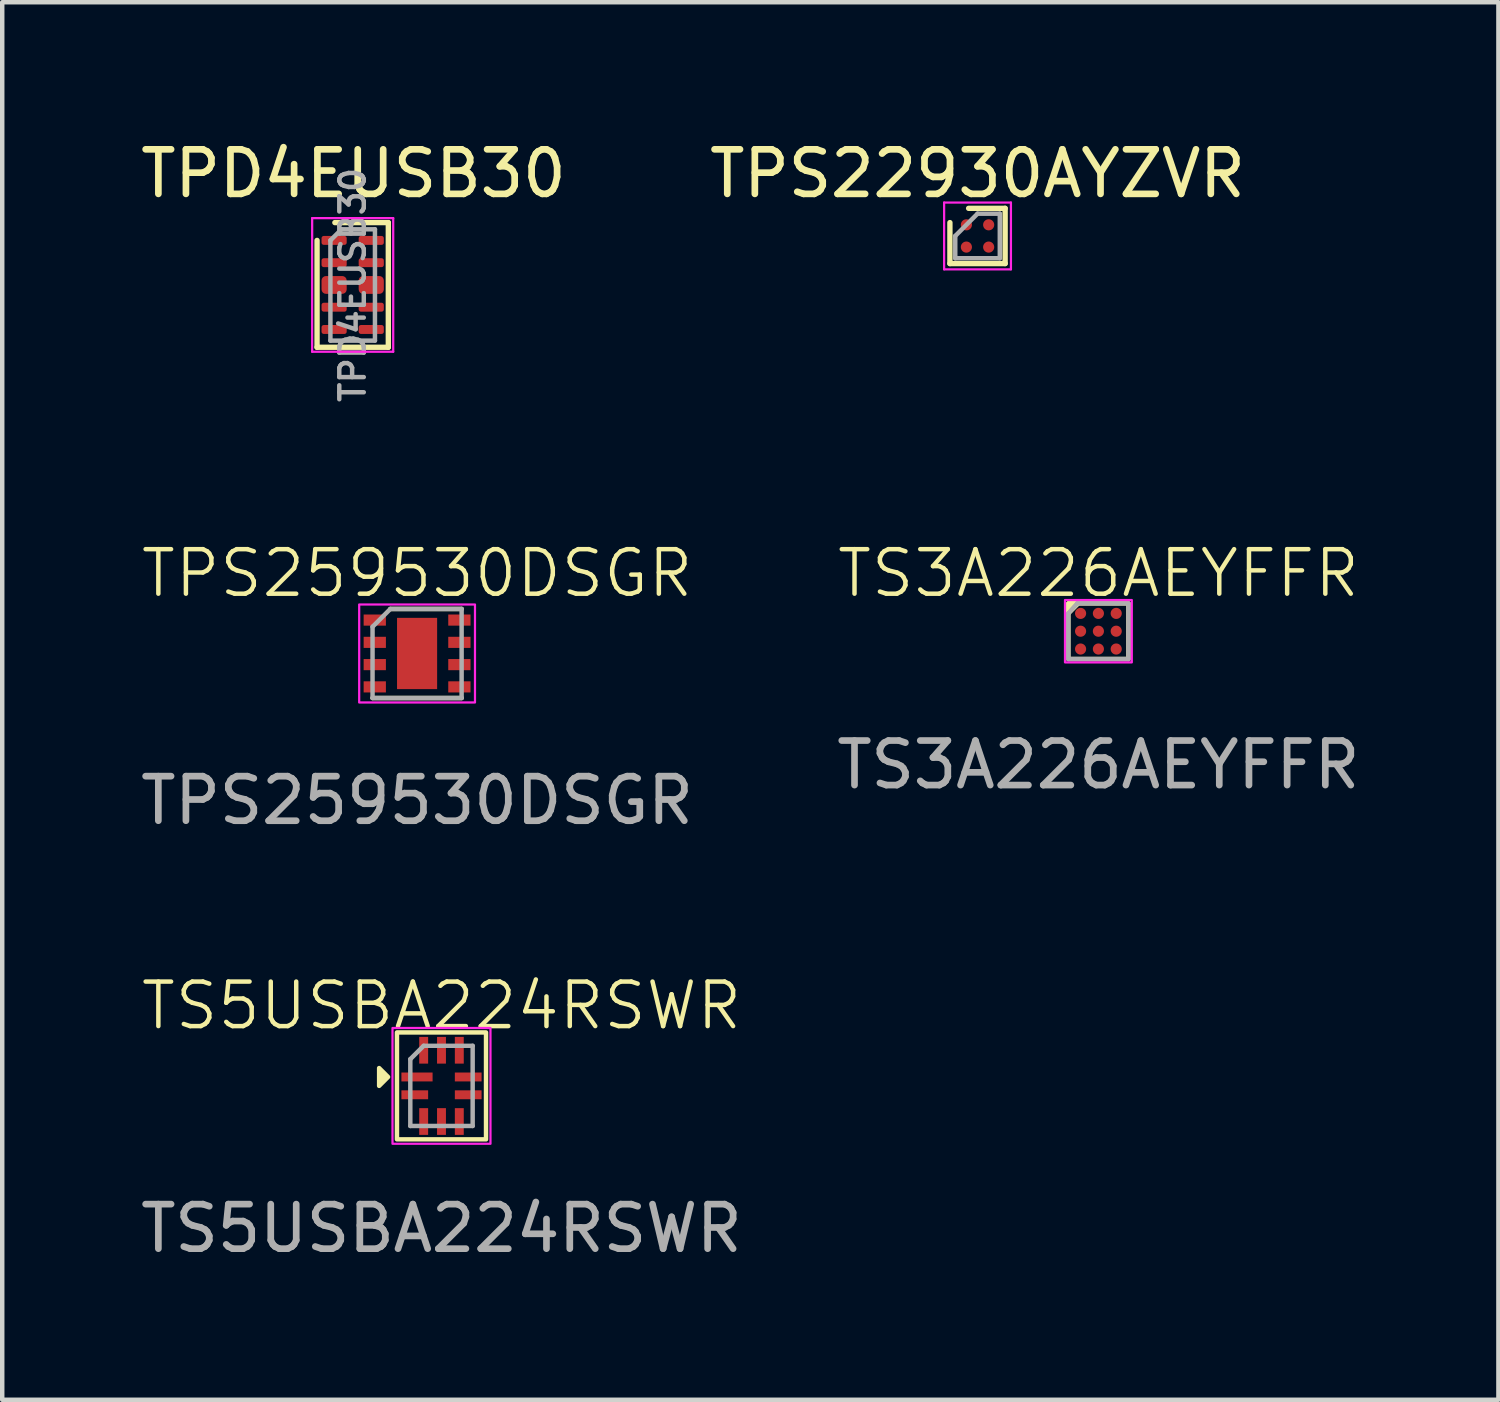
<source format=kicad_pcb>
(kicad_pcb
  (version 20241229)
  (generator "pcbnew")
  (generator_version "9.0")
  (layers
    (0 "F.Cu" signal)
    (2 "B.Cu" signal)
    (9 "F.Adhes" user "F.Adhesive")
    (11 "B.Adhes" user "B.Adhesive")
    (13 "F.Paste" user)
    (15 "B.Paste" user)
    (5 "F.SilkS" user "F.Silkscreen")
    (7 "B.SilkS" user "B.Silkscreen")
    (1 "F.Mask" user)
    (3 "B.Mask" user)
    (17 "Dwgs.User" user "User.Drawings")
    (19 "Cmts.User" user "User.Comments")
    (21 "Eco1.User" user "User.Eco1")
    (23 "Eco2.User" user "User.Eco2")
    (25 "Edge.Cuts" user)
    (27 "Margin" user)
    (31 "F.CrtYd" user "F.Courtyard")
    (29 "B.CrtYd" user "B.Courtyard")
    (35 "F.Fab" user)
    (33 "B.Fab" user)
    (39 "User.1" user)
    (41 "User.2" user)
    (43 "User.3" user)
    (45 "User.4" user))
  (footprint "TPS22930AYZVR"
    (layer "F.Cu")
    (at 18.899 2.248)
    (property "Reference" "TPS22930AYZVR" (at 0 -1.4 0) (layer "F.SilkS") (effects (font (size 1 1) (thickness 0.15))))
    (attr smd)
    (fp_line (start -0.62 0.62) (end -0.62 -0.3) (stroke (width 0.12) (type solid)) (layer "F.SilkS"))
    (fp_line (start -0.2 -0.62) (end 0.62 -0.62) (stroke (width 0.12) (type solid)) (layer "F.SilkS"))
    (fp_line (start 0.62 -0.62) (end 0.62 0.62) (stroke (width 0.12) (type solid)) (layer "F.SilkS"))
    (fp_line (start 0.62 0.62) (end -0.62 0.62) (stroke (width 0.12) (type solid)) (layer "F.SilkS"))
    (fp_line (start -0.75 -0.75) (end 0.75 -0.75) (stroke (width 0.05) (type solid)) (layer "F.CrtYd"))
    (fp_line (start -0.75 0.75) (end -0.75 -0.75) (stroke (width 0.05) (type solid)) (layer "F.CrtYd"))
    (fp_line (start 0.75 -0.75) (end 0.75 0.75) (stroke (width 0.05) (type solid)) (layer "F.CrtYd"))
    (fp_line (start 0.75 0.75) (end -0.75 0.75) (stroke (width 0.05) (type solid)) (layer "F.CrtYd"))
    (fp_line (start -0.5 0) (end -0.5 0.5) (stroke (width 0.1) (type solid)) (layer "F.Fab"))
    (fp_line (start -0.5 0.5) (end 0.5 0.5) (stroke (width 0.1) (type solid)) (layer "F.Fab"))
    (fp_line (start 0 -0.5) (end -0.5 0) (stroke (width 0.1) (type solid)) (layer "F.Fab"))
    (fp_line (start 0.5 -0.5) (end 0 -0.5) (stroke (width 0.1) (type solid)) (layer "F.Fab"))
    (fp_line (start 0.5 0.5) (end 0.5 -0.5) (stroke (width 0.1) (type solid)) (layer "F.Fab"))
    (pad "A1" smd circle (at -0.25 -0.25) (size 0.25 0.25) (layers "F.Cu" "F.Mask" "F.Paste"))
    (pad "A2" smd circle (at 0.25 -0.25) (size 0.25 0.25) (layers "F.Cu" "F.Mask" "F.Paste"))
    (pad "B1" smd circle (at -0.25 0.25) (size 0.25 0.25) (layers "F.Cu" "F.Mask" "F.Paste"))
    (pad "B2" smd circle (at 0.25 0.25) (size 0.25 0.25) (layers "F.Cu" "F.Mask" "F.Paste")))
  (footprint "TPS259530DSGR"
    (layer "F.Cu")
    (at 6.315 11.623)
    (property "Reference" "TPS259530DSGR" (at 0 -1.8 0) (unlocked yes) (layer "F.SilkS") (effects (font (size 1 1) (thickness 0.1))))
    (attr smd)
    (fp_line (start 1 -1) (end -0.6 -1) (stroke (width 0.1) (type default)) (layer "F.SilkS"))
    (fp_line (start 1 1) (end -1 1) (stroke (width 0.1) (type default)) (layer "F.SilkS"))
    (fp_rect (start -1.3 -1.1) (end 1.3 1.1) (stroke (width 0.05) (type default)) (fill no) (layer "F.CrtYd"))
    (fp_line (start -1 -0.6) (end -1 1) (stroke (width 0.1) (type default)) (layer "F.Fab"))
    (fp_line (start -1 1) (end 1 1) (stroke (width 0.1) (type default)) (layer "F.Fab"))
    (fp_line (start -0.6 -1) (end -1 -0.6) (stroke (width 0.1) (type default)) (layer "F.Fab"))
    (fp_line (start 1 -1) (end -0.6 -1) (stroke (width 0.1) (type default)) (layer "F.Fab"))
    (fp_line (start 1 1) (end 1 -1) (stroke (width 0.1) (type default)) (layer "F.Fab"))
    (fp_text user "${REFERENCE}" (at 0 3.3 0) (unlocked yes) (layer "F.Fab") (effects (font (size 1 1) (thickness 0.15))))
    (pad "1" smd rect (at -0.95 -0.75 90) (size 0.25 0.5) (layers "F.Cu" "F.Mask" "F.Paste"))
    (pad "2" smd rect (at -0.95 -0.25 90) (size 0.25 0.5) (layers "F.Cu" "F.Mask" "F.Paste"))
    (pad "3" smd rect (at -0.95 0.25 90) (size 0.25 0.5) (layers "F.Cu" "F.Mask" "F.Paste"))
    (pad "4" smd rect (at -0.95 0.75 90) (size 0.25 0.5) (layers "F.Cu" "F.Mask" "F.Paste"))
    (pad "5" smd rect (at 0.95 0.75 90) (size 0.25 0.5) (layers "F.Cu" "F.Mask" "F.Paste"))
    (pad "6" smd rect (at 0.95 0.25 90) (size 0.25 0.5) (layers "F.Cu" "F.Mask" "F.Paste"))
    (pad "7" smd rect (at 0.95 -0.25 90) (size 0.25 0.5) (layers "F.Cu" "F.Mask" "F.Paste"))
    (pad "8" smd rect (at 0.95 -0.75 90) (size 0.25 0.5) (layers "F.Cu" "F.Mask" "F.Paste"))
    (pad "EP" smd rect (at 0 0 90) (size 1.6 0.9) (layers "F.Cu" "F.Mask" "F.Paste")))
  (footprint "TS3A226AEYFFR"
    (layer "F.Cu")
    (at 21.613 11.123)
    (property "Reference" "TS3A226AEYFFR" (at 0 -1.3 0) (unlocked yes) (layer "F.SilkS") (effects (font (size 1 1) (thickness 0.1))))
    (attr smd)
    (fp_rect (start -0.675 -0.625) (end 0.675 0.625) (stroke (width 0.1) (type default)) (fill no) (layer "F.SilkS"))
    (fp_poly (pts (xy -0.675 -0.625) (xy -0.45 -0.625) (xy -0.675 -0.4)) (stroke (width 0.1) (type solid)) (fill yes) (layer "F.SilkS"))
    (fp_rect (start -0.75 -0.7) (end 0.75 0.7) (stroke (width 0.05) (type default)) (fill no) (layer "F.CrtYd"))
    (fp_line (start -0.675 -0.4) (end -0.475 -0.625) (stroke (width 0.1) (type default)) (layer "F.Fab"))
    (fp_line (start -0.675 0.625) (end -0.675 -0.4) (stroke (width 0.1) (type default)) (layer "F.Fab"))
    (fp_line (start -0.475 -0.625) (end 0.675 -0.625) (stroke (width 0.1) (type default)) (layer "F.Fab"))
    (fp_line (start 0.675 -0.625) (end 0.675 0.625) (stroke (width 0.1) (type default)) (layer "F.Fab"))
    (fp_line (start 0.675 0.625) (end -0.675 0.625) (stroke (width 0.1) (type default)) (layer "F.Fab"))
    (fp_text user "${REFERENCE}" (at 0 3 0) (unlocked yes) (layer "F.Fab") (effects (font (size 1 1) (thickness 0.15))))
    (pad "A1" smd circle (at -0.4 -0.4 90) (size 0.25 0.25) (layers "F.Cu" "F.Mask" "F.Paste"))
    (pad "A2" smd circle (at 0 -0.4 90) (size 0.25 0.25) (layers "F.Cu" "F.Mask" "F.Paste"))
    (pad "A3" smd circle (at 0.4 -0.4 90) (size 0.25 0.25) (layers "F.Cu" "F.Mask" "F.Paste"))
    (pad "B1" smd circle (at -0.4 0 90) (size 0.25 0.25) (layers "F.Cu" "F.Mask" "F.Paste"))
    (pad "B2" smd circle (at 0 0 90) (size 0.25 0.25) (layers "F.Cu" "F.Mask" "F.Paste"))
    (pad "B3" smd circle (at 0.4 0 90) (size 0.25 0.25) (layers "F.Cu" "F.Mask" "F.Paste"))
    (pad "C1" smd circle (at -0.4 0.4 90) (size 0.25 0.25) (layers "F.Cu" "F.Mask" "F.Paste"))
    (pad "C2" smd circle (at 0 0.4 90) (size 0.25 0.25) (layers "F.Cu" "F.Mask" "F.Paste"))
    (pad "C3" smd circle (at 0.4 0.4 90) (size 0.25 0.25) (layers "F.Cu" "F.Mask" "F.Paste")))
  (footprint "TPD4EUSB30"
    (layer "F.Cu")
    (at 4.869 3.348)
    (property "Reference" "TPD4EUSB30" (at 0.018 -2.5 0) (layer "F.SilkS") (effects (font (size 1 1) (thickness 0.15))))
    (attr smd)
    (fp_line (start -0.8 -1) (end -0.8 1.4) (stroke (width 0.12) (type solid)) (layer "F.SilkS"))
    (fp_line (start -0.8 1.4) (end 0.8 1.4) (stroke (width 0.12) (type solid)) (layer "F.SilkS"))
    (fp_line (start 0.8 -1.4) (end -0.4 -1.4) (stroke (width 0.12) (type solid)) (layer "F.SilkS"))
    (fp_line (start 0.8 1.4) (end 0.8 -1.4) (stroke (width 0.12) (type solid)) (layer "F.SilkS"))
    (fp_line (start -0.91 -1.5) (end 0.91 -1.5) (stroke (width 0.05) (type solid)) (layer "F.CrtYd"))
    (fp_line (start -0.91 1.5) (end -0.91 -1.5) (stroke (width 0.05) (type solid)) (layer "F.CrtYd"))
    (fp_line (start 0.91 -1.5) (end 0.91 1.5) (stroke (width 0.05) (type solid)) (layer "F.CrtYd"))
    (fp_line (start 0.91 1.5) (end -0.91 1.5) (stroke (width 0.05) (type solid)) (layer "F.CrtYd"))
    (fp_line (start -0.5 -1) (end -0.5 1.25) (stroke (width 0.1) (type solid)) (layer "F.Fab"))
    (fp_line (start -0.5 1.25) (end 0.5 1.25) (stroke (width 0.1) (type solid)) (layer "F.Fab"))
    (fp_line (start -0.25 -1.25) (end -0.5 -1) (stroke (width 0.1) (type solid)) (layer "F.Fab"))
    (fp_line (start 0.5 -1.25) (end -0.25 -1.25) (stroke (width 0.1) (type solid)) (layer "F.Fab"))
    (fp_line (start 0.5 -1.25) (end 0.5 1.25) (stroke (width 0.1) (type solid)) (layer "F.Fab"))
    (fp_text user "${REFERENCE}" (at 0 0 90) (layer "F.Fab") (effects (font (size 0.55 0.55) (thickness 0.1))))
    (pad "1" smd roundrect (at -0.417 -1 270) (size 0.2 0.565) (layers "F.Cu" "F.Mask" "F.Paste") (roundrect_rratio 0.25))
    (pad "2" smd roundrect (at -0.417 -0.5 270) (size 0.2 0.565) (layers "F.Cu" "F.Mask" "F.Paste") (roundrect_rratio 0.25))
    (pad "3" smd roundrect (at -0.417 0 270) (size 0.4 0.565) (layers "F.Cu" "F.Mask" "F.Paste") (roundrect_rratio 0.25))
    (pad "4" smd roundrect (at -0.417 0.5 270) (size 0.2 0.565) (layers "F.Cu" "F.Mask" "F.Paste") (roundrect_rratio 0.25) (chamfer_ratio 0.2) (chamfer))
    (pad "5" smd roundrect (at -0.417 1 270) (size 0.2 0.565) (layers "F.Cu" "F.Mask" "F.Paste") (roundrect_rratio 0.25))
    (pad "6" smd roundrect (at 0.417 1 270) (size 0.2 0.565) (layers "F.Cu" "F.Mask" "F.Paste") (roundrect_rratio 0.25))
    (pad "7" smd roundrect (at 0.417 0.5 270) (size 0.2 0.565) (layers "F.Cu" "F.Mask" "F.Paste") (roundrect_rratio 0.25))
    (pad "8" smd roundrect (at 0.417 0 270) (size 0.4 0.565) (layers "F.Cu" "F.Mask" "F.Paste") (roundrect_rratio 0.25))
    (pad "9" smd roundrect (at 0.417 -0.5 270) (size 0.2 0.565) (layers "F.Cu" "F.Mask" "F.Paste") (roundrect_rratio 0.25))
    (pad "10" smd roundrect (at 0.417 -1 270) (size 0.2 0.565) (layers "F.Cu" "F.Mask" "F.Paste") (roundrect_rratio 0.25)))
  (footprint "TS5USBA224RSWR"
    (layer "F.Cu")
    (at 6.863 21.332)
    (property "Reference" "TS5USBA224RSWR" (at 0 -1.8 0) (unlocked yes) (layer "F.SilkS") (effects (font (size 1 1) (thickness 0.1))))
    (attr smd)
    (fp_rect (start -1 -1.2) (end 1 1.2) (stroke (width 0.1) (type default)) (fill no) (layer "F.SilkS"))
    (fp_poly (pts (xy -1.2 -0.2) (xy -1.4 -0.4) (xy -1.4 0)) (stroke (width 0.1) (type solid)) (fill yes) (layer "F.SilkS"))
    (fp_rect (start -1.1 -1.3) (end 1.1 1.3) (stroke (width 0.05) (type default)) (fill no) (layer "F.CrtYd"))
    (fp_line (start -0.7 -0.6) (end -0.7 0.9) (stroke (width 0.1) (type default)) (layer "F.Fab"))
    (fp_line (start -0.7 0.9) (end 0.7 0.9) (stroke (width 0.1) (type default)) (layer "F.Fab"))
    (fp_line (start -0.4 -0.9) (end -0.7 -0.6) (stroke (width 0.1) (type default)) (layer "F.Fab"))
    (fp_line (start 0.7 -0.9) (end -0.4 -0.9) (stroke (width 0.1) (type default)) (layer "F.Fab"))
    (fp_line (start 0.7 0.9) (end 0.7 -0.9) (stroke (width 0.1) (type default)) (layer "F.Fab"))
    (fp_text user "${REFERENCE}" (at 0 3.2 0) (unlocked yes) (layer "F.Fab") (effects (font (size 1 1) (thickness 0.15))))
    (pad "1" smd rect (at -0.55 -0.2) (size 0.7 0.2) (layers "F.Cu" "F.Mask" "F.Paste"))
    (pad "2" smd rect (at -0.6 0.2) (size 0.6 0.2) (layers "F.Cu" "F.Mask" "F.Paste"))
    (pad "3" smd rect (at -0.4 0.8 90) (size 0.6 0.2) (layers "F.Cu" "F.Mask" "F.Paste"))
    (pad "4" smd rect (at 0 0.8 90) (size 0.6 0.2) (layers "F.Cu" "F.Mask" "F.Paste"))
    (pad "5" smd rect (at 0.4 0.8 90) (size 0.6 0.2) (layers "F.Cu" "F.Mask" "F.Paste"))
    (pad "6" smd rect (at 0.6 0.2) (size 0.6 0.2) (layers "F.Cu" "F.Mask" "F.Paste"))
    (pad "7" smd rect (at 0.6 -0.2) (size 0.6 0.2) (layers "F.Cu" "F.Mask" "F.Paste"))
    (pad "8" smd rect (at 0.4 -0.8 90) (size 0.6 0.2) (layers "F.Cu" "F.Mask" "F.Paste"))
    (pad "9" smd rect (at 0 -0.8 90) (size 0.6 0.2) (layers "F.Cu" "F.Mask" "F.Paste"))
    (pad "10" smd rect (at -0.4 -0.8 90) (size 0.6 0.2) (layers "F.Cu" "F.Mask" "F.Paste")))
  (gr_rect
    (start -3 -3)
    (end 30.595 28.38)
    (stroke (width 0.1) (type default))
    (fill no)
    (layer "Edge.Cuts")))
</source>
